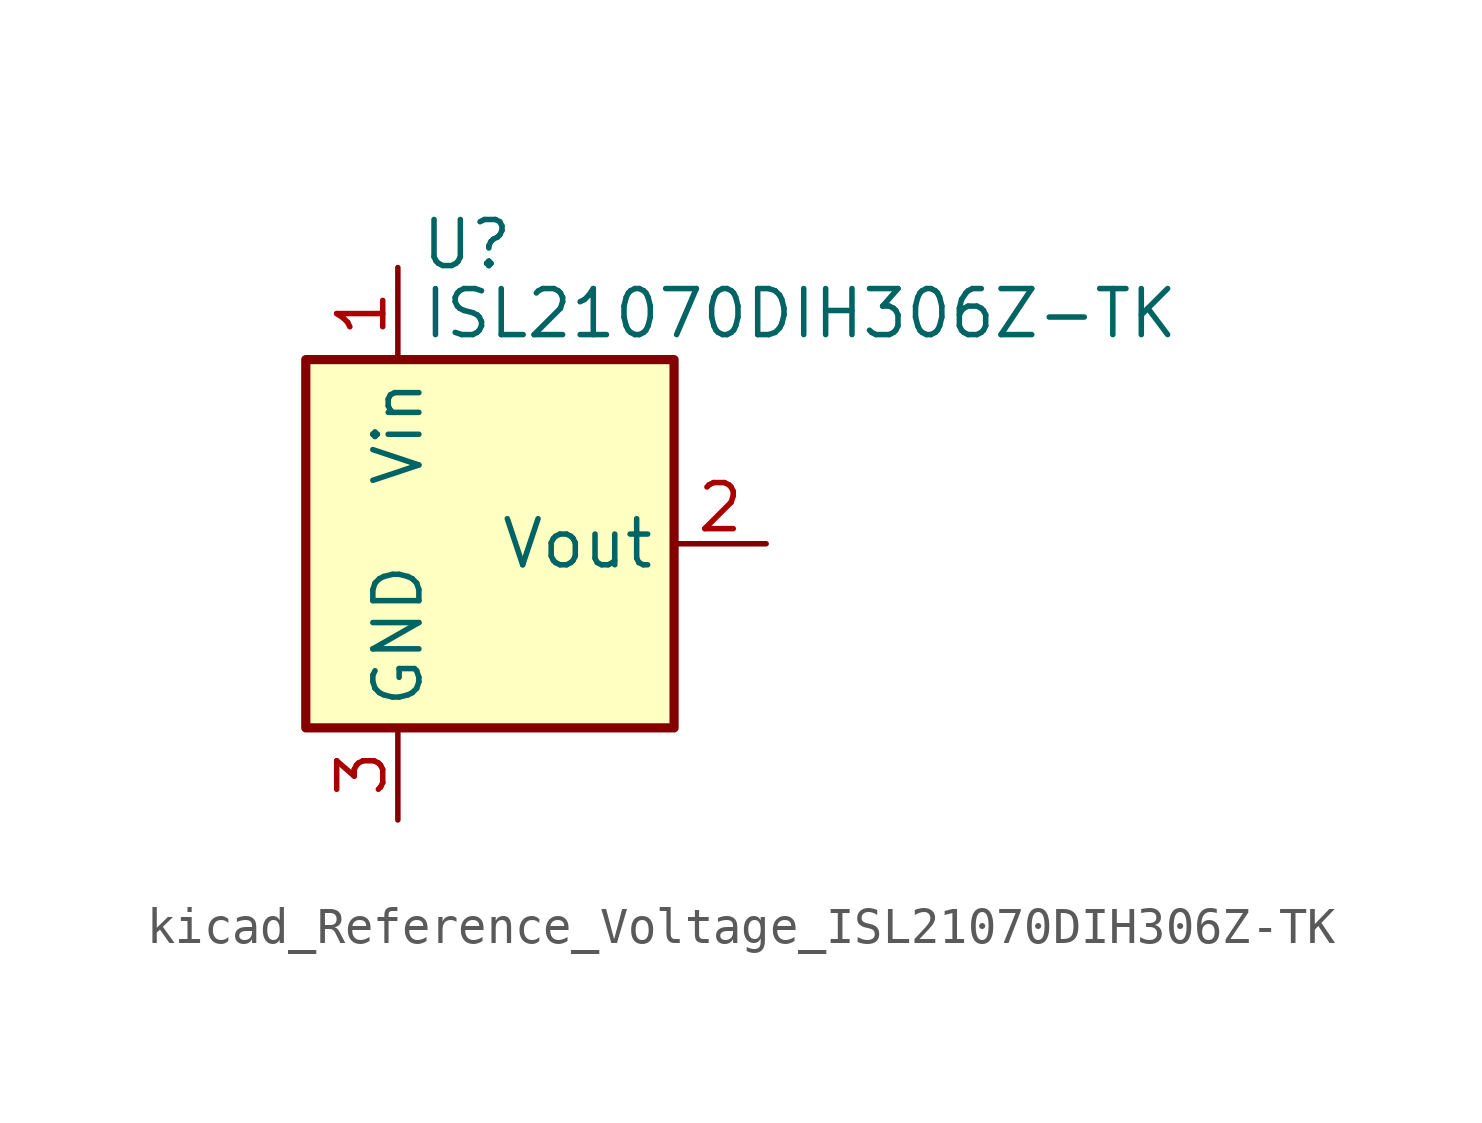
<source format=kicad_sym>
(kicad_symbol_lib
  (version 20220914)
  (generator kicad_symbol_editor)
  (symbol "kicad_Reference_Voltage_ISL21070DIH306Z-TK"
    (property "Reference" "U"
      (at -0.635 8.255 0)
      (effects (font (size 1.27 1.27))))
    (property "Value" "ISL21070DIH306Z-TK"
      (at -1.905 6.35 0)
      (effects (font (size 1.27 1.27)) (justify left)))
    (symbol "kicad_Reference_Voltage_ISL21070DIH306Z-TK_0_1"
      (rectangle (start -5.08 5.08) (end 5.08 -5.08) (stroke (width 0.254) (type default)) (fill (type background))))
    (symbol "kicad_Reference_Voltage_ISL21070DIH306Z-TK_1_1"
      (pin power_in line (at -2.54 7.62 270) (length 2.54) (name "Vin" (effects (font (size 1.27 1.27)))) (number "1" (effects (font (size 1.27 1.27)))))
      (pin power_out line (at 7.62 0 180) (length 2.54) (name "Vout" (effects (font (size 1.27 1.27)))) (number "2" (effects (font (size 1.27 1.27)))))
      (pin power_in line (at -2.54 -7.62 90) (length 2.54) (name "GND" (effects (font (size 1.27 1.27)))) (number "3" (effects (font (size 1.27 1.27))))))))
</source>
